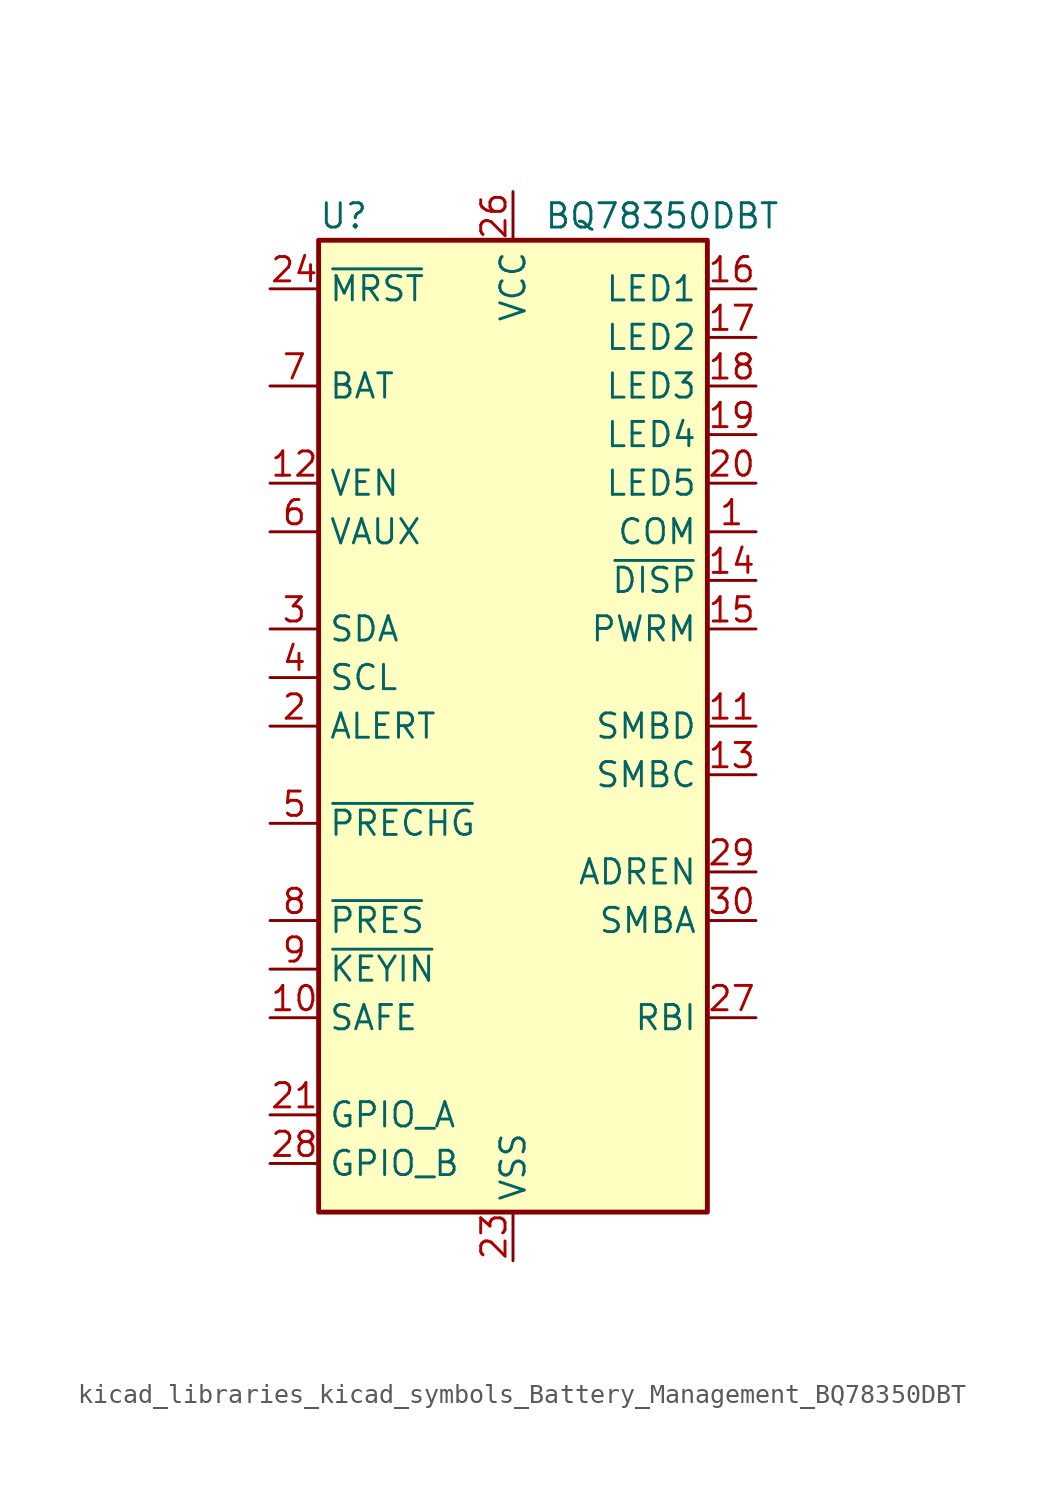
<source format=kicad_sym>
(kicad_symbol_lib
  (version 20220914)
  (generator kicad_symbol_editor)
  (symbol "kicad_libraries_kicad_symbols_Battery_Management_BQ78350DBT"
    (property "Reference" "U"
      (at -10.16 26.67 0)
      (effects (font (size 1.27 1.27)) (justify left)))
    (property "Value" "BQ78350DBT"
      (at 13.97 26.67 0)
      (effects (font (size 1.27 1.27)) (justify right)))
    (symbol "kicad_libraries_kicad_symbols_Battery_Management_BQ78350DBT_0_1"
      (rectangle (start -10.16 25.4) (end 10.16 -25.4) (stroke (width 0.254) (type default)) (fill (type background))))
    (symbol "kicad_libraries_kicad_symbols_Battery_Management_BQ78350DBT_1_1"
      (pin open_collector line (at 12.7 10.16 180) (length 2.54) (name "COM" (effects (font (size 1.27 1.27)))) (number "1" (effects (font (size 1.27 1.27)))))
      (pin output line (at -12.7 -15.24 0) (length 2.54) (name "SAFE" (effects (font (size 1.27 1.27)))) (number "10" (effects (font (size 1.27 1.27)))))
      (pin bidirectional line (at 12.7 0 180) (length 2.54) (name "SMBD" (effects (font (size 1.27 1.27)))) (number "11" (effects (font (size 1.27 1.27)))))
      (pin open_collector line (at -12.7 12.7 0) (length 2.54) (name "VEN" (effects (font (size 1.27 1.27)))) (number "12" (effects (font (size 1.27 1.27)))))
      (pin bidirectional line (at 12.7 -2.54 180) (length 2.54) (name "SMBC" (effects (font (size 1.27 1.27)))) (number "13" (effects (font (size 1.27 1.27)))))
      (pin input line (at 12.7 7.62 180) (length 2.54) (name "~{DISP}" (effects (font (size 1.27 1.27)))) (number "14" (effects (font (size 1.27 1.27)))))
      (pin open_collector line (at 12.7 5.08 180) (length 2.54) (name "PWRM" (effects (font (size 1.27 1.27)))) (number "15" (effects (font (size 1.27 1.27)))))
      (pin output line (at 12.7 22.86 180) (length 2.54) (name "LED1" (effects (font (size 1.27 1.27)))) (number "16" (effects (font (size 1.27 1.27)))))
      (pin output line (at 12.7 20.32 180) (length 2.54) (name "LED2" (effects (font (size 1.27 1.27)))) (number "17" (effects (font (size 1.27 1.27)))))
      (pin output line (at 12.7 17.78 180) (length 2.54) (name "LED3" (effects (font (size 1.27 1.27)))) (number "18" (effects (font (size 1.27 1.27)))))
      (pin output line (at 12.7 15.24 180) (length 2.54) (name "LED4" (effects (font (size 1.27 1.27)))) (number "19" (effects (font (size 1.27 1.27)))))
      (pin bidirectional line (at -12.7 0 0) (length 2.54) (name "ALERT" (effects (font (size 1.27 1.27)))) (number "2" (effects (font (size 1.27 1.27)))))
      (pin output line (at 12.7 12.7 180) (length 2.54) (name "LED5" (effects (font (size 1.27 1.27)))) (number "20" (effects (font (size 1.27 1.27)))))
      (pin bidirectional line (at -12.7 -20.32 0) (length 2.54) (name "GPIO_A" (effects (font (size 1.27 1.27)))) (number "21" (effects (font (size 1.27 1.27)))))
      (pin passive line (at 0 -27.94 90) (length 2.54) hide (name "VSS" (effects (font (size 1.27 1.27)))) (number "22" (effects (font (size 1.27 1.27)))))
      (pin power_in line (at 0 -27.94 90) (length 2.54) (name "VSS" (effects (font (size 1.27 1.27)))) (number "23" (effects (font (size 1.27 1.27)))))
      (pin input line (at -12.7 22.86 0) (length 2.54) (name "~{MRST}" (effects (font (size 1.27 1.27)))) (number "24" (effects (font (size 1.27 1.27)))))
      (pin passive line (at 0 -27.94 90) (length 2.54) hide (name "VSS" (effects (font (size 1.27 1.27)))) (number "25" (effects (font (size 1.27 1.27)))))
      (pin power_in line (at 0 27.94 270) (length 2.54) (name "VCC" (effects (font (size 1.27 1.27)))) (number "26" (effects (font (size 1.27 1.27)))))
      (pin passive line (at 12.7 -15.24 180) (length 2.54) (name "RBI" (effects (font (size 1.27 1.27)))) (number "27" (effects (font (size 1.27 1.27)))))
      (pin bidirectional line (at -12.7 -22.86 0) (length 2.54) (name "GPIO_B" (effects (font (size 1.27 1.27)))) (number "28" (effects (font (size 1.27 1.27)))))
      (pin output line (at 12.7 -7.62 180) (length 2.54) (name "ADREN" (effects (font (size 1.27 1.27)))) (number "29" (effects (font (size 1.27 1.27)))))
      (pin bidirectional line (at -12.7 5.08 0) (length 2.54) (name "SDA" (effects (font (size 1.27 1.27)))) (number "3" (effects (font (size 1.27 1.27)))))
      (pin input line (at 12.7 -10.16 180) (length 2.54) (name "SMBA" (effects (font (size 1.27 1.27)))) (number "30" (effects (font (size 1.27 1.27)))))
      (pin output line (at -12.7 2.54 0) (length 2.54) (name "SCL" (effects (font (size 1.27 1.27)))) (number "4" (effects (font (size 1.27 1.27)))))
      (pin output line (at -12.7 -5.08 0) (length 2.54) (name "~{PRECHG}" (effects (font (size 1.27 1.27)))) (number "5" (effects (font (size 1.27 1.27)))))
      (pin input line (at -12.7 10.16 0) (length 2.54) (name "VAUX" (effects (font (size 1.27 1.27)))) (number "6" (effects (font (size 1.27 1.27)))))
      (pin input line (at -12.7 17.78 0) (length 2.54) (name "BAT" (effects (font (size 1.27 1.27)))) (number "7" (effects (font (size 1.27 1.27)))))
      (pin input line (at -12.7 -10.16 0) (length 2.54) (name "~{PRES}" (effects (font (size 1.27 1.27)))) (number "8" (effects (font (size 1.27 1.27)))))
      (pin input line (at -12.7 -12.7 0) (length 2.54) (name "~{KEYIN}" (effects (font (size 1.27 1.27)))) (number "9" (effects (font (size 1.27 1.27))))))))
</source>
